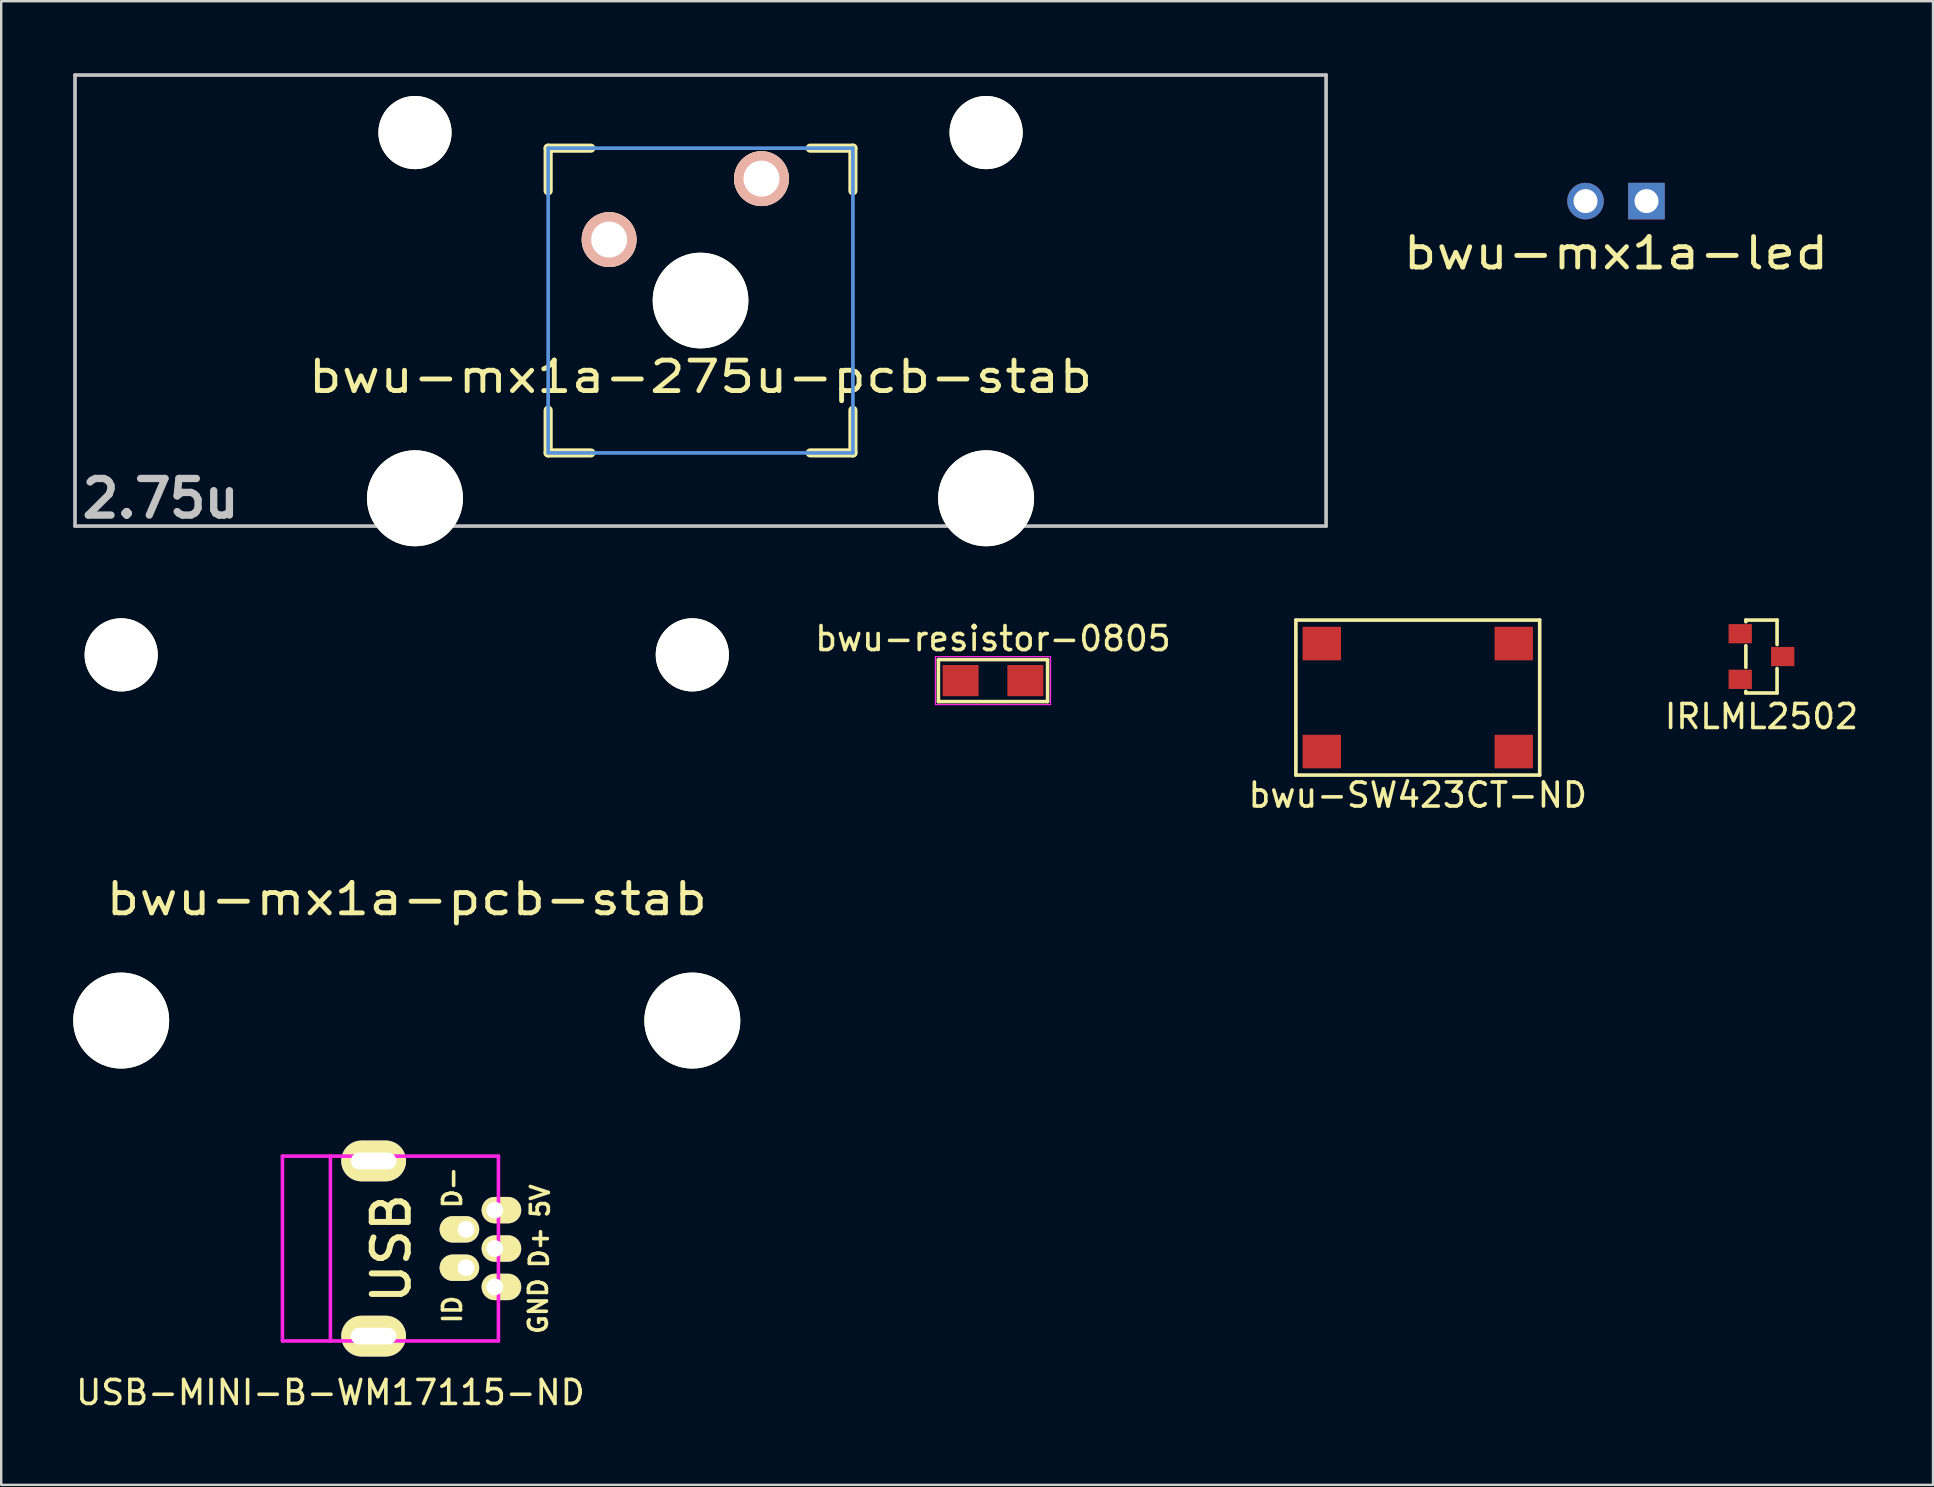
<source format=kicad_pcb>
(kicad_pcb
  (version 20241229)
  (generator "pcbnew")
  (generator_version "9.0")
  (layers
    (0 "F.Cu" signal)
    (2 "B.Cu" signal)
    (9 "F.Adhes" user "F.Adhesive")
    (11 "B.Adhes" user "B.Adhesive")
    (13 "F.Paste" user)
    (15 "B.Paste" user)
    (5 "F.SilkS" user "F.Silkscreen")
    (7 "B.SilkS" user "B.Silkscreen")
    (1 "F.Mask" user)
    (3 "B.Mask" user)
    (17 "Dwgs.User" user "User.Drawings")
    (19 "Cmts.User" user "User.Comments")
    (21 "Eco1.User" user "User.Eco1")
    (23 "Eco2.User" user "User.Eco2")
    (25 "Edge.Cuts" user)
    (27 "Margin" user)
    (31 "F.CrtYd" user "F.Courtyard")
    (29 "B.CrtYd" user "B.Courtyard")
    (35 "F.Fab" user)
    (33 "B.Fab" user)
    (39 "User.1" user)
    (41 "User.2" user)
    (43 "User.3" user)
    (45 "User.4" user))
  (footprint "bwu-mx1a-275u-pcb-stab"
    (layer "F.Cu")
    (at 26.143 9.474)
    (property "Reference" "bwu-mx1a-275u-pcb-stab" (at 0 3.175 0) (layer "F.SilkS") (effects (font (size 1.27 1.524) (thickness 0.203))))
    (attr through_hole)
    (fp_line (start -6.35 -6.35) (end -4.572 -6.35) (stroke (width 0.381) (type solid)) (layer "F.SilkS"))
    (fp_line (start -6.35 -4.572) (end -6.35 -6.35) (stroke (width 0.381) (type solid)) (layer "F.SilkS"))
    (fp_line (start -6.35 6.35) (end -6.35 4.572) (stroke (width 0.381) (type solid)) (layer "F.SilkS"))
    (fp_line (start -4.572 6.35) (end -6.35 6.35) (stroke (width 0.381) (type solid)) (layer "F.SilkS"))
    (fp_line (start 4.572 -6.35) (end 6.35 -6.35) (stroke (width 0.381) (type solid)) (layer "F.SilkS"))
    (fp_line (start 6.35 -6.35) (end 6.35 -4.572) (stroke (width 0.381) (type solid)) (layer "F.SilkS"))
    (fp_line (start 6.35 4.572) (end 6.35 6.35) (stroke (width 0.381) (type solid)) (layer "F.SilkS"))
    (fp_line (start 6.35 6.35) (end 4.572 6.35) (stroke (width 0.381) (type solid)) (layer "F.SilkS"))
    (fp_line (start -26.067 -9.398) (end 26.067 -9.398) (stroke (width 0.152) (type solid)) (layer "Dwgs.User"))
    (fp_line (start -26.067 9.398) (end -26.067 -9.398) (stroke (width 0.152) (type solid)) (layer "Dwgs.User"))
    (fp_line (start 26.067 -9.398) (end 26.067 9.398) (stroke (width 0.152) (type solid)) (layer "Dwgs.User"))
    (fp_line (start 26.067 9.398) (end -26.067 9.398) (stroke (width 0.152) (type solid)) (layer "Dwgs.User"))
    (fp_line (start -6.35 -6.35) (end 6.35 -6.35) (stroke (width 0.152) (type solid)) (layer "Cmts.User"))
    (fp_line (start -6.35 6.35) (end -6.35 -6.35) (stroke (width 0.152) (type solid)) (layer "Cmts.User"))
    (fp_line (start 6.35 -6.35) (end 6.35 6.35) (stroke (width 0.152) (type solid)) (layer "Cmts.User"))
    (fp_line (start 6.35 6.35) (end -6.35 6.35) (stroke (width 0.152) (type solid)) (layer "Cmts.User"))
    (fp_line (start -6.985 -6.985) (end 6.985 -6.985) (stroke (width 0.152) (type solid)) (layer "Eco2.User"))
    (fp_line (start -6.985 6.985) (end -6.985 -6.985) (stroke (width 0.152) (type solid)) (layer "Eco2.User"))
    (fp_line (start 6.985 -6.985) (end 6.985 6.985) (stroke (width 0.152) (type solid)) (layer "Eco2.User"))
    (fp_line (start 6.985 6.985) (end -6.985 6.985) (stroke (width 0.152) (type solid)) (layer "Eco2.User"))
    (fp_text user "2.75u" (at -22.5 8.25 0) (layer "Dwgs.User") (effects (font (size 1.524 1.524) (thickness 0.305))))
    (pad "" np_thru_hole circle (at -11.9 -7) (size 3.05 3.05) (drill 3.05) (layers "*.Cu" "*.Mask" "F.SilkS"))
    (pad "" np_thru_hole circle (at -11.9 8.24) (size 4 4) (drill 4) (layers "*.Cu" "*.Mask" "F.SilkS"))
    (pad "" np_thru_hole circle (at 0 0) (size 3.988 3.988) (drill 3.988) (layers "*.Cu" "*.Mask" "F.SilkS"))
    (pad "" np_thru_hole circle (at 11.9 -7) (size 3.05 3.05) (drill 3.05) (layers "*.Cu" "*.Mask" "F.SilkS"))
    (pad "" np_thru_hole circle (at 11.9 8.24) (size 4 4) (drill 4) (layers "*.Cu" "*.Mask" "F.SilkS"))
    (pad "1" thru_hole circle (at 2.54 -5.08) (size 2.286 2.286) (drill 1.499) (layers "*.Cu" "*.SilkS" "*.Mask"))
    (pad "2" thru_hole circle (at -3.81 -2.54) (size 2.286 2.286) (drill 1.499) (layers "*.Cu" "*.SilkS" "*.Mask")))
  (footprint "bwu-mx1a-pcb-stab"
    (layer "F.Cu")
    (at 13.9 31.239)
    (property "Reference" "bwu-mx1a-pcb-stab" (at 0 3.175 0) (layer "F.SilkS") (effects (font (size 1.27 1.524) (thickness 0.203))))
    (attr through_hole)
    (pad "" np_thru_hole circle (at -11.9 -7) (size 3.05 3.05) (drill 3.05) (layers "*.Cu" "*.Mask" "F.SilkS"))
    (pad "" np_thru_hole circle (at -11.9 8.24) (size 4 4) (drill 4) (layers "*.Cu" "*.Mask" "F.SilkS"))
    (pad "" np_thru_hole circle (at 11.9 -7) (size 3.05 3.05) (drill 3.05) (layers "*.Cu" "*.Mask" "F.SilkS"))
    (pad "" np_thru_hole circle (at 11.9 8.24) (size 4 4) (drill 4) (layers "*.Cu" "*.Mask" "F.SilkS")))
  (footprint "bwu-SW423CT-ND"
    (layer "F.Cu")
    (at 56.032 26.019)
    (property "Reference" "bwu-SW423CT-ND" (at 0 4.064 0) (layer "F.SilkS") (effects (font (size 1 1) (thickness 0.15))))
    (attr through_hole)
    (fp_line (start -5.08 -3.23) (end -5.08 3.23) (stroke (width 0.15) (type solid)) (layer "F.SilkS"))
    (fp_line (start -5.08 3.23) (end 5.08 3.23) (stroke (width 0.15) (type solid)) (layer "F.SilkS"))
    (fp_line (start 5.08 -3.23) (end -5.08 -3.23) (stroke (width 0.15) (type solid)) (layer "F.SilkS"))
    (fp_line (start 5.08 3.23) (end 5.08 -3.23) (stroke (width 0.15) (type solid)) (layer "F.SilkS"))
    (pad "1" smd rect (at 4 2.25) (size 1.6 1.4) (layers "F.Cu" "F.Mask" "F.Paste"))
    (pad "2" smd rect (at -4 2.25) (size 1.6 1.4) (layers "F.Cu" "F.Mask" "F.Paste"))
    (pad "3" smd rect (at 4 -2.25) (size 1.6 1.4) (layers "F.Cu" "F.Mask" "F.Paste"))
    (pad "4" smd rect (at -4 -2.25) (size 1.6 1.4) (layers "F.Cu" "F.Mask" "F.Paste")))
  (footprint "bwu-resistor-0805"
    (layer "F.Cu")
    (at 38.33 25.312)
    (property "Reference" "bwu-resistor-0805" (at 0 -1.75 0) (layer "F.SilkS") (effects (font (size 1 1) (thickness 0.15))))
    (attr smd)
    (fp_line (start -2.275 -0.875) (end -2.275 0.875) (stroke (width 0.15) (type solid)) (layer "F.SilkS"))
    (fp_line (start -2.275 0.875) (end 2.275 0.875) (stroke (width 0.15) (type solid)) (layer "F.SilkS"))
    (fp_line (start 2.275 -0.875) (end -2.275 -0.875) (stroke (width 0.15) (type solid)) (layer "F.SilkS"))
    (fp_line (start 2.275 0.875) (end 2.275 -0.875) (stroke (width 0.15) (type solid)) (layer "F.SilkS"))
    (fp_line (start -2.4 -1) (end -2.4 1) (stroke (width 0.05) (type solid)) (layer "F.CrtYd"))
    (fp_line (start -2.4 -1) (end 2.4 -1) (stroke (width 0.05) (type solid)) (layer "F.CrtYd"))
    (fp_line (start -2.4 1) (end 2.4 1) (stroke (width 0.05) (type solid)) (layer "F.CrtYd"))
    (fp_line (start 2.4 -1) (end 2.4 1) (stroke (width 0.05) (type solid)) (layer "F.CrtYd"))
    (pad "1" smd rect (at -1.35 0) (size 1.5 1.3) (layers "F.Cu" "F.Mask" "F.Paste"))
    (pad "2" smd rect (at 1.35 0) (size 1.5 1.3) (layers "F.Cu" "F.Mask" "F.Paste")))
  (footprint "IRLML2502"
    (layer "F.Cu")
    (at 70.354 24.309)
    (property "Reference" "IRLML2502" (at 0 2.5 0) (layer "F.SilkS") (effects (font (size 1 1) (thickness 0.15))))
    (attr through_hole)
    (fp_line (start -0.65 -1.52) (end -0.65 -1.45) (stroke (width 0.15) (type solid)) (layer "F.SilkS"))
    (fp_line (start -0.65 -0.45) (end -0.65 0.45) (stroke (width 0.15) (type solid)) (layer "F.SilkS"))
    (fp_line (start -0.65 1.52) (end -0.65 1.45) (stroke (width 0.15) (type solid)) (layer "F.SilkS"))
    (fp_line (start -0.65 1.52) (end 0.65 1.52) (stroke (width 0.15) (type solid)) (layer "F.SilkS"))
    (fp_line (start 0.65 -1.52) (end -0.65 -1.52) (stroke (width 0.15) (type solid)) (layer "F.SilkS"))
    (fp_line (start 0.65 -1.52) (end 0.65 -0.5) (stroke (width 0.15) (type solid)) (layer "F.SilkS"))
    (fp_line (start 0.65 1.52) (end 0.65 0.5) (stroke (width 0.15) (type solid)) (layer "F.SilkS"))
    (pad "1" smd rect (at -0.885 -0.95) (size 0.972 0.802) (layers "F.Cu" "F.Mask" "F.Paste"))
    (pad "2" smd rect (at -0.885 0.95) (size 0.972 0.802) (layers "F.Cu" "F.Mask" "F.Paste"))
    (pad "3" smd rect (at 0.885 0) (size 0.972 0.802) (layers "F.Cu" "F.Mask" "F.Paste")))
  (footprint "USB-MINI-B-WM17115-ND"
    (layer "F.Cu")
    (at 10.72 48.979)
    (property "Reference" "USB-MINI-B-WM17115-ND" (at 0 6 0) (layer "F.SilkS") (effects (font (size 1 1) (thickness 0.15))))
    (attr through_hole)
    (fp_line (start -2 -3.85) (end -2 3.85) (stroke (width 0.15) (type solid)) (layer "F.CrtYd"))
    (fp_line (start -2 3.85) (end 0 3.85) (stroke (width 0.15) (type solid)) (layer "F.CrtYd"))
    (fp_line (start 0 -3.85) (end -2 -3.85) (stroke (width 0.15) (type solid)) (layer "F.CrtYd"))
    (fp_line (start 0 -3.85) (end 0 3.85) (stroke (width 0.15) (type solid)) (layer "F.CrtYd"))
    (fp_line (start 0 -3.85) (end 7 -3.85) (stroke (width 0.15) (type solid)) (layer "F.CrtYd"))
    (fp_line (start 7 -3.85) (end 7 3.85) (stroke (width 0.15) (type solid)) (layer "F.CrtYd"))
    (fp_line (start 7 3.85) (end 0 3.85) (stroke (width 0.15) (type solid)) (layer "F.CrtYd"))
    (fp_text user "USB" (at 2.54 0 90) (layer "F.SilkS") (effects (font (size 1.5 1.5) (thickness 0.25))))
    (fp_text user "ID" (at 5.08 2.54 90) (layer "F.SilkS") (effects (font (size 0.75 0.75) (thickness 0.15))))
    (fp_text user "D+" (at 8.7 -0.04 90) (layer "F.SilkS") (effects (font (size 0.75 0.75) (thickness 0.15))))
    (fp_text user "D-" (at 5.08 -2.54 90) (layer "F.SilkS") (effects (font (size 0.75 0.75) (thickness 0.15))))
    (fp_text user "5V" (at 8.74 -1.98 90) (layer "F.SilkS") (effects (font (size 0.75 0.75) (thickness 0.15))))
    (fp_text user "GND" (at 8.66 2.4 90) (layer "F.SilkS") (effects (font (size 0.75 0.75) (thickness 0.15))))
    (pad "1" thru_hole oval (at 6.85 -1.6) (size 1.65 1.1) (drill 0.7 (offset 0.275 0)) (layers "*.Cu" "*.Mask" "F.SilkS"))
    (pad "2" thru_hole oval (at 5.65 -0.8) (size 1.65 1.1) (drill 0.7 (offset -0.275 0)) (layers "*.Cu" "*.Mask" "F.SilkS"))
    (pad "3" thru_hole oval (at 6.85 0) (size 1.65 1.1) (drill 0.7 (offset 0.275 0)) (layers "*.Cu" "*.Mask" "F.SilkS"))
    (pad "4" thru_hole oval (at 5.65 0.8) (size 1.65 1.1) (drill 0.7 (offset -0.275 0)) (layers "*.Cu" "*.Mask" "F.SilkS"))
    (pad "5" thru_hole oval (at 6.85 1.6) (size 1.65 1.1) (drill 0.7 (offset 0.275 0)) (layers "*.Cu" "*.Mask" "F.SilkS"))
    (pad "6" thru_hole oval (at 1.8 -3.65) (size 2.7 1.7) (drill oval 1.9 0.7) (layers "*.Cu" "*.Mask" "F.SilkS"))
    (pad "7" thru_hole oval (at 1.8 3.65) (size 2.7 1.7) (drill oval 1.9 0.7) (layers "*.Cu" "*.Mask" "F.SilkS")))
  (footprint "bwu-mx1a-led"
    (layer "F.Cu")
    (at 64.292 0.25)
    (property "Reference" "bwu-mx1a-led" (at 0 7.25 0) (layer "F.SilkS") (effects (font (size 1.27 1.524) (thickness 0.203))))
    (attr through_hole)
    (pad "1" thru_hole rect (at 1.27 5.08) (size 1.524 1.524) (drill 1) (layers "*.Cu" "*.Mask"))
    (pad "2" thru_hole circle (at -1.27 5.08) (size 1.524 1.524) (drill 1) (layers "*.Cu" "*.Mask")))
  (gr_rect
    (start -3 -3)
    (end 77.502 58.827)
    (stroke (width 0.1) (type default))
    (fill no)
    (layer "Edge.Cuts")))
</source>
